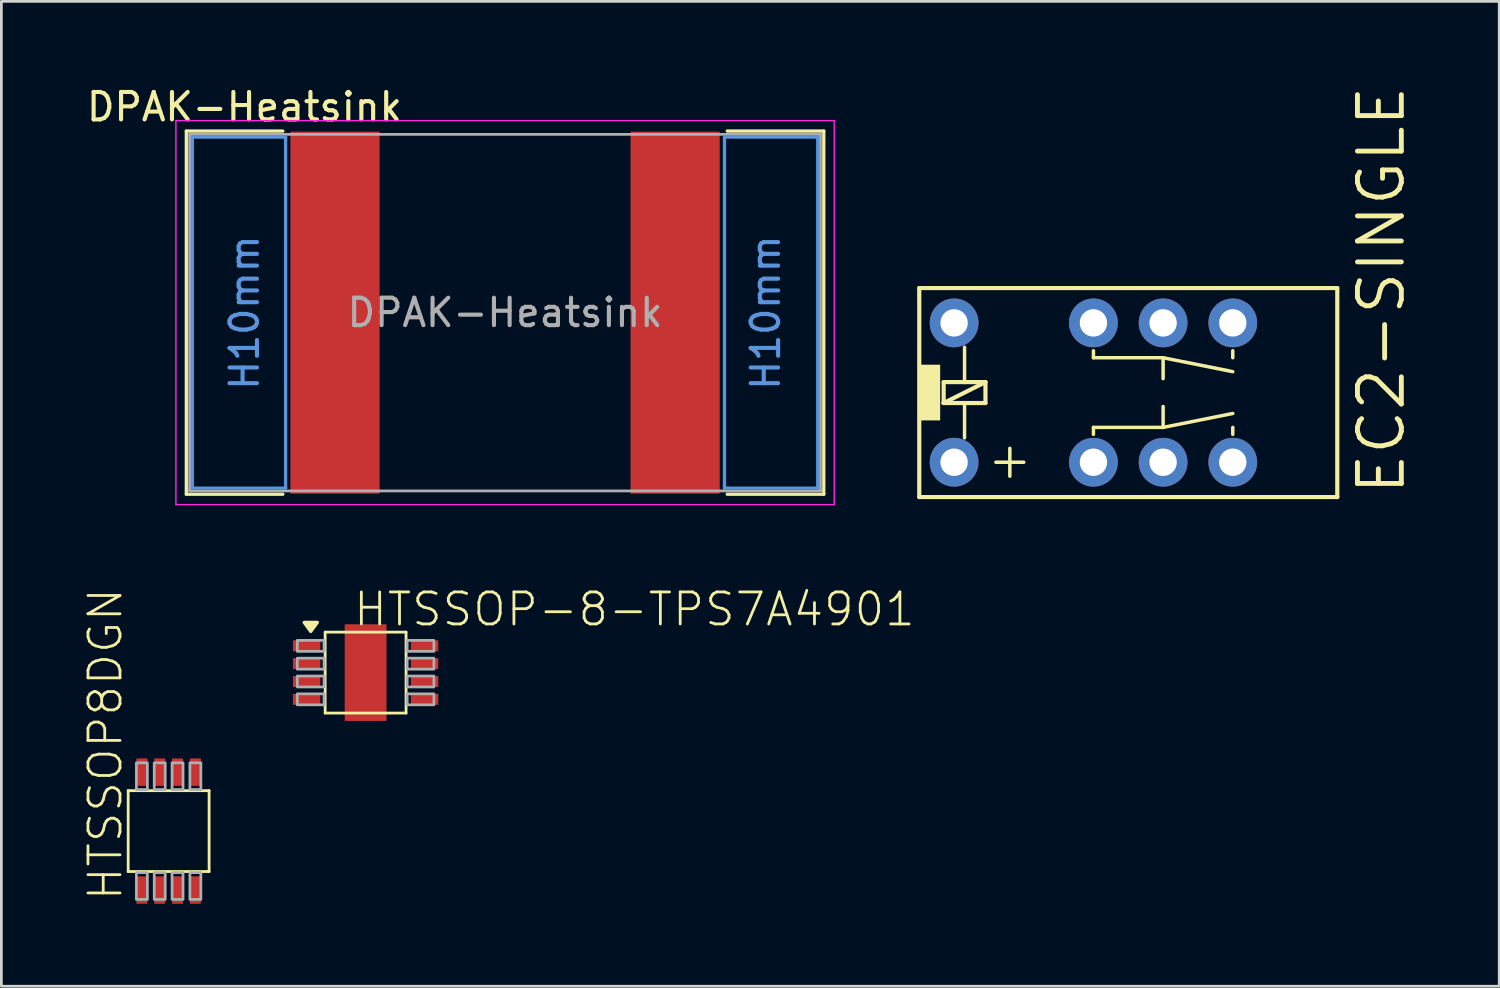
<source format=kicad_pcb>
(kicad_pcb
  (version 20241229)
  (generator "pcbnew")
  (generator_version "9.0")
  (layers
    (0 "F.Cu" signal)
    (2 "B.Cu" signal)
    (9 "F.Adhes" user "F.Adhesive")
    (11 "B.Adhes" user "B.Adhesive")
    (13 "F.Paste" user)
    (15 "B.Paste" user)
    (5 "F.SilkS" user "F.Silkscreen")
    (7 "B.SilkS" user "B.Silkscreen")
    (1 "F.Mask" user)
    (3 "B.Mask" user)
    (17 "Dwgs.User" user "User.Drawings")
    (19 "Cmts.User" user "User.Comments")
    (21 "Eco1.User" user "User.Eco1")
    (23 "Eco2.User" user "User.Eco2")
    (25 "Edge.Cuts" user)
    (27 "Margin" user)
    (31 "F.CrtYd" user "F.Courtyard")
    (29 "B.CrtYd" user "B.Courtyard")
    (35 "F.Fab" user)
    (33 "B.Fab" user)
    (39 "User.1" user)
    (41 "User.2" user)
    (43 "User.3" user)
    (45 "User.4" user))
  (footprint "HTSSOP8DGN"
    (layer "F.Cu")
    (at 3.098 27.25)
    (property "Reference" "HTSSOP8DGN" (at -1.625 2.6 90) (layer "F.SilkS") (effects (font (size 1.168 1.168) (thickness 0.102)) (justify left bottom)))
    (fp_poly (pts (xy -1.5 1) (xy 1.5 1) (xy 1.5 -1) (xy -1.5 -1)) (stroke (width 0) (type default)) (fill yes) (layer "F.Mask"))
    (fp_poly (pts (xy -1.18 2.655) (xy -0.77 2.655) (xy -0.77 1.645) (xy -1.18 1.645)) (stroke (width 0) (type default)) (fill yes) (layer "F.Mask"))
    (fp_poly (pts (xy -0.77 -2.655) (xy -1.18 -2.655) (xy -1.18 -1.645) (xy -0.77 -1.645)) (stroke (width 0) (type default)) (fill yes) (layer "F.Mask"))
    (fp_poly (pts (xy -0.53 2.655) (xy -0.12 2.655) (xy -0.12 1.645) (xy -0.53 1.645)) (stroke (width 0) (type default)) (fill yes) (layer "F.Mask"))
    (fp_poly (pts (xy -0.12 -2.655) (xy -0.53 -2.655) (xy -0.53 -1.645) (xy -0.12 -1.645)) (stroke (width 0) (type default)) (fill yes) (layer "F.Mask"))
    (fp_poly (pts (xy 0.12 2.655) (xy 0.53 2.655) (xy 0.53 1.645) (xy 0.12 1.645)) (stroke (width 0) (type default)) (fill yes) (layer "F.Mask"))
    (fp_poly (pts (xy 0.53 -2.655) (xy 0.12 -2.655) (xy 0.12 -1.645) (xy 0.53 -1.645)) (stroke (width 0) (type default)) (fill yes) (layer "F.Mask"))
    (fp_poly (pts (xy 0.77 2.655) (xy 1.18 2.655) (xy 1.18 1.645) (xy 0.77 1.645)) (stroke (width 0) (type default)) (fill yes) (layer "F.Mask"))
    (fp_poly (pts (xy 1.18 -2.655) (xy 0.77 -2.655) (xy 0.77 -1.645) (xy 1.18 -1.645)) (stroke (width 0) (type default)) (fill yes) (layer "F.Mask"))
    (fp_line (start -1.475 -1.475) (end 1.475 -1.475) (stroke (width 0.102) (type solid)) (layer "F.SilkS"))
    (fp_line (start -1.475 1.475) (end -1.475 -1.475) (stroke (width 0.102) (type solid)) (layer "F.SilkS"))
    (fp_line (start 1.475 -1.475) (end 1.475 1.475) (stroke (width 0.102) (type solid)) (layer "F.SilkS"))
    (fp_line (start 1.475 1.475) (end -1.475 1.475) (stroke (width 0.102) (type solid)) (layer "F.SilkS"))
    (fp_poly (pts (xy -1.165 2.64) (xy -0.785 2.64) (xy -0.785 1.66) (xy -1.165 1.66)) (stroke (width 0) (type default)) (fill yes) (layer "F.Paste"))
    (fp_poly (pts (xy -0.785 -2.64) (xy -1.165 -2.64) (xy -1.165 -1.66) (xy -0.785 -1.66)) (stroke (width 0) (type default)) (fill yes) (layer "F.Paste"))
    (fp_poly (pts (xy -0.515 2.64) (xy -0.135 2.64) (xy -0.135 1.66) (xy -0.515 1.66)) (stroke (width 0) (type default)) (fill yes) (layer "F.Paste"))
    (fp_poly (pts (xy -0.135 -2.64) (xy -0.515 -2.64) (xy -0.515 -1.66) (xy -0.135 -1.66)) (stroke (width 0) (type default)) (fill yes) (layer "F.Paste"))
    (fp_poly (pts (xy 0.135 2.64) (xy 0.515 2.64) (xy 0.515 1.66) (xy 0.135 1.66)) (stroke (width 0) (type default)) (fill yes) (layer "F.Paste"))
    (fp_poly (pts (xy 0.515 -2.64) (xy 0.135 -2.64) (xy 0.135 -1.66) (xy 0.515 -1.66)) (stroke (width 0) (type default)) (fill yes) (layer "F.Paste"))
    (fp_poly (pts (xy 0.785 2.64) (xy 1.165 2.64) (xy 1.165 1.66) (xy 0.785 1.66)) (stroke (width 0) (type default)) (fill yes) (layer "F.Paste"))
    (fp_poly (pts (xy 1.165 -2.64) (xy 0.785 -2.64) (xy 0.785 -1.66) (xy 1.165 -1.66)) (stroke (width 0) (type default)) (fill yes) (layer "F.Paste"))
    (fp_poly (pts (xy -1.175 2.49) (xy -0.775 2.49) (xy -0.775 1.515) (xy -1.175 1.515)) (stroke (width 0.1) (type default)) (fill no) (layer "F.Fab"))
    (fp_poly (pts (xy -0.775 -2.49) (xy -1.175 -2.49) (xy -1.175 -1.515) (xy -0.775 -1.515)) (stroke (width 0.1) (type default)) (fill no) (layer "F.Fab"))
    (fp_poly (pts (xy -0.525 2.49) (xy -0.125 2.49) (xy -0.125 1.515) (xy -0.525 1.515)) (stroke (width 0.1) (type default)) (fill no) (layer "F.Fab"))
    (fp_poly (pts (xy -0.125 -2.49) (xy -0.525 -2.49) (xy -0.525 -1.515) (xy -0.125 -1.515)) (stroke (width 0.1) (type default)) (fill no) (layer "F.Fab"))
    (fp_poly (pts (xy 0.125 2.49) (xy 0.525 2.49) (xy 0.525 1.515) (xy 0.125 1.515)) (stroke (width 0.1) (type default)) (fill no) (layer "F.Fab"))
    (fp_poly (pts (xy 0.525 -2.49) (xy 0.125 -2.49) (xy 0.125 -1.515) (xy 0.525 -1.515)) (stroke (width 0.1) (type default)) (fill no) (layer "F.Fab"))
    (fp_poly (pts (xy 0.775 2.49) (xy 1.175 2.49) (xy 1.175 1.515) (xy 0.775 1.515)) (stroke (width 0.1) (type default)) (fill no) (layer "F.Fab"))
    (fp_poly (pts (xy 1.175 -2.49) (xy 0.775 -2.49) (xy 0.775 -1.515) (xy 1.175 -1.515)) (stroke (width 0.1) (type default)) (fill no) (layer "F.Fab"))
    (pad "1" smd rect (at -0.975 2.15) (size 0.4 1) (layers "F.Cu"))
    (pad "2" smd rect (at -0.325 2.15) (size 0.4 1) (layers "F.Cu"))
    (pad "3" smd rect (at 0.325 2.15) (size 0.4 1) (layers "F.Cu"))
    (pad "4" smd rect (at 0.975 2.15) (size 0.4 1) (layers "F.Cu"))
    (pad "5" smd rect (at 0.975 -2.15 180) (size 0.4 1) (layers "F.Cu"))
    (pad "6" smd rect (at 0.325 -2.15 180) (size 0.4 1) (layers "F.Cu"))
    (pad "7" smd rect (at -0.325 -2.15 180) (size 0.4 1) (layers "F.Cu"))
    (pad "8" smd rect (at -0.975 -2.15 180) (size 0.4 1) (layers "F.Cu")))
  (footprint "HTSSOP-8-TPS7A4901"
    (layer "F.Cu")
    (at 10.279 21.471)
    (property "Reference" "HTSSOP-8-TPS7A4901" (at -0.5 -1.625 0) (layer "F.SilkS") (effects (font (size 1.168 1.168) (thickness 0.102)) (justify left bottom)))
    (fp_rect (start -2.655 -1.18) (end -1.645 -0.77) (stroke (width 0) (type default)) (fill yes) (layer "F.Mask"))
    (fp_rect (start -2.655 -0.53) (end -1.645 -0.12) (stroke (width 0) (type default)) (fill yes) (layer "F.Mask"))
    (fp_rect (start -2.655 0.12) (end -1.645 0.53) (stroke (width 0) (type default)) (fill yes) (layer "F.Mask"))
    (fp_rect (start -2.655 0.77) (end -1.645 1.18) (stroke (width 0) (type default)) (fill yes) (layer "F.Mask"))
    (fp_rect (start 1.645 -1.18) (end 2.655 -0.77) (stroke (width 0) (type default)) (fill yes) (layer "F.Mask"))
    (fp_rect (start 1.645 -0.53) (end 2.655 -0.12) (stroke (width 0) (type default)) (fill yes) (layer "F.Mask"))
    (fp_rect (start 1.645 0.12) (end 2.655 0.53) (stroke (width 0) (type default)) (fill yes) (layer "F.Mask"))
    (fp_rect (start 1.645 0.77) (end 2.655 1.18) (stroke (width 0) (type default)) (fill yes) (layer "F.Mask"))
    (fp_line (start -1.475 -1.475) (end 1.475 -1.475) (stroke (width 0.102) (type solid)) (layer "F.SilkS"))
    (fp_line (start -1.475 1.475) (end -1.475 -1.475) (stroke (width 0.102) (type solid)) (layer "F.SilkS"))
    (fp_line (start 1.475 -1.475) (end 1.475 1.475) (stroke (width 0.102) (type solid)) (layer "F.SilkS"))
    (fp_line (start 1.475 1.475) (end -1.475 1.475) (stroke (width 0.102) (type solid)) (layer "F.SilkS"))
    (fp_poly (pts (xy -2 -1.5) (xy -2.24 -1.83) (xy -1.76 -1.83) (xy -2 -1.5)) (stroke (width 0.12) (type solid)) (fill yes) (layer "F.SilkS"))
    (fp_rect (start -2.64 -1.165) (end -1.66 -0.785) (stroke (width 0) (type default)) (fill yes) (layer "F.Paste"))
    (fp_rect (start -2.64 -0.515) (end -1.66 -0.135) (stroke (width 0) (type default)) (fill yes) (layer "F.Paste"))
    (fp_rect (start -2.64 0.135) (end -1.66 0.515) (stroke (width 0) (type default)) (fill yes) (layer "F.Paste"))
    (fp_rect (start -2.64 0.785) (end -1.66 1.165) (stroke (width 0) (type default)) (fill yes) (layer "F.Paste"))
    (fp_rect (start 1.66 -1.165) (end 2.64 -0.785) (stroke (width 0) (type default)) (fill yes) (layer "F.Paste"))
    (fp_rect (start 1.66 -0.515) (end 2.64 -0.135) (stroke (width 0) (type default)) (fill yes) (layer "F.Paste"))
    (fp_rect (start 1.66 0.135) (end 2.64 0.515) (stroke (width 0) (type default)) (fill yes) (layer "F.Paste"))
    (fp_rect (start 1.66 0.785) (end 2.64 1.165) (stroke (width 0) (type default)) (fill yes) (layer "F.Paste"))
    (fp_rect (start -2.49 -1.175) (end -1.515 -0.775) (stroke (width 0.1) (type default)) (fill no) (layer "F.Fab"))
    (fp_rect (start -2.49 -0.525) (end -1.515 -0.125) (stroke (width 0.1) (type default)) (fill no) (layer "F.Fab"))
    (fp_rect (start -2.49 0.125) (end -1.515 0.525) (stroke (width 0.1) (type default)) (fill no) (layer "F.Fab"))
    (fp_rect (start -2.49 0.775) (end -1.515 1.175) (stroke (width 0.1) (type default)) (fill no) (layer "F.Fab"))
    (fp_rect (start 1.515 -1.175) (end 2.49 -0.775) (stroke (width 0.1) (type default)) (fill no) (layer "F.Fab"))
    (fp_rect (start 1.515 -0.525) (end 2.49 -0.125) (stroke (width 0.1) (type default)) (fill no) (layer "F.Fab"))
    (fp_rect (start 1.515 0.125) (end 2.49 0.525) (stroke (width 0.1) (type default)) (fill no) (layer "F.Fab"))
    (fp_rect (start 1.515 0.775) (end 2.49 1.175) (stroke (width 0.1) (type default)) (fill no) (layer "F.Fab"))
    (pad "1" smd rect (at -2.15 -0.975 270) (size 0.4 1) (layers "F.Cu"))
    (pad "2" smd rect (at -2.15 -0.325 270) (size 0.4 1) (layers "F.Cu"))
    (pad "3" smd rect (at -2.15 0.325 270) (size 0.4 1) (layers "F.Cu"))
    (pad "4" smd rect (at -2.15 0.975 270) (size 0.4 1) (layers "F.Cu"))
    (pad "4" smd rect (at 0 0) (size 1.524 3.524) (layers "*.Mask" "F.Cu"))
    (pad "5" smd rect (at 2.15 0.975 90) (size 0.4 1) (layers "F.Cu"))
    (pad "6" smd rect (at 2.15 0.325 90) (size 0.4 1) (layers "F.Cu"))
    (pad "7" smd rect (at 2.15 -0.325 90) (size 0.4 1) (layers "F.Cu"))
    (pad "8" smd rect (at 2.15 -0.975 90) (size 0.4 1) (layers "F.Cu")))
  (footprint "DPAK-Heatsink"
    (layer "F.Cu")
    (at 15.363 8.348)
    (property "Reference" "DPAK-Heatsink" (at -9.5 -7.5 180) (layer "F.SilkS") (effects (font (size 1 1) (thickness 0.15))))
    (attr smd)
    (fp_line (start -11.62 -6.62) (end -8.1 -6.62) (stroke (width 0.12) (type solid)) (layer "F.SilkS"))
    (fp_line (start -11.62 6.62) (end -11.62 -6.62) (stroke (width 0.12) (type solid)) (layer "F.SilkS"))
    (fp_line (start -11.62 6.62) (end -8.1 6.62) (stroke (width 0.12) (type solid)) (layer "F.SilkS"))
    (fp_line (start 8.1 -6.62) (end 11.62 -6.62) (stroke (width 0.12) (type solid)) (layer "F.SilkS"))
    (fp_line (start 8.1 6.62) (end 11.62 6.62) (stroke (width 0.12) (type solid)) (layer "F.SilkS"))
    (fp_line (start 11.62 -6.62) (end 11.62 6.62) (stroke (width 0.12) (type solid)) (layer "F.SilkS"))
    (fp_line (start -11.4 -6.4) (end -8 -6.4) (stroke (width 0.12) (type solid)) (layer "Cmts.User"))
    (fp_line (start -11.4 6.4) (end -11.4 -6.4) (stroke (width 0.12) (type solid)) (layer "Cmts.User"))
    (fp_line (start -8 -6.4) (end -8 6.4) (stroke (width 0.12) (type solid)) (layer "Cmts.User"))
    (fp_line (start -8 6.4) (end -11.4 6.4) (stroke (width 0.12) (type solid)) (layer "Cmts.User"))
    (fp_line (start 8 6.4) (end 8 -6.4) (stroke (width 0.12) (type solid)) (layer "Cmts.User"))
    (fp_line (start 8 6.4) (end 11.4 6.4) (stroke (width 0.12) (type solid)) (layer "Cmts.User"))
    (fp_line (start 11.4 -6.4) (end 8 -6.4) (stroke (width 0.12) (type solid)) (layer "Cmts.User"))
    (fp_line (start 11.4 6.4) (end 11.4 -6.4) (stroke (width 0.12) (type solid)) (layer "Cmts.User"))
    (fp_line (start -12 -7) (end -12 7) (stroke (width 0.05) (type solid)) (layer "F.CrtYd"))
    (fp_line (start -12 -7) (end 12 -7) (stroke (width 0.05) (type solid)) (layer "F.CrtYd"))
    (fp_line (start 12 7) (end -12 7) (stroke (width 0.05) (type solid)) (layer "F.CrtYd"))
    (fp_line (start 12 7) (end 12 -7) (stroke (width 0.05) (type solid)) (layer "F.CrtYd"))
    (fp_line (start -11.5 -6.5) (end 11.5 -6.5) (stroke (width 0.1) (type solid)) (layer "F.Fab"))
    (fp_line (start -11.5 6.5) (end -11.5 -6.5) (stroke (width 0.1) (type solid)) (layer "F.Fab"))
    (fp_line (start 11.5 -6.5) (end 11.5 6.5) (stroke (width 0.1) (type solid)) (layer "F.Fab"))
    (fp_line (start 11.5 6.5) (end -11.5 6.5) (stroke (width 0.1) (type solid)) (layer "F.Fab"))
    (fp_text user "H10mm" (at 9.5 0 90) (layer "Cmts.User") (effects (font (size 1 1) (thickness 0.15))))
    (fp_text user "H10mm" (at -9.5 0 90) (layer "Cmts.User") (effects (font (size 1 1) (thickness 0.15))))
    (fp_text user "${REFERENCE}" (at 0 0 0) (layer "F.Fab") (effects (font (size 1 1) (thickness 0.15))))
    (pad "1" smd rect (at -6.2 0 180) (size 3.25 13.2) (layers "F.Cu" "F.Mask" "F.Paste"))
    (pad "1" smd rect (at 6.2 0) (size 3.25 13.2) (layers "F.Cu" "F.Mask" "F.Paste")))
  (footprint "EC2-SINGLE"
    (layer "F.Cu")
    (at 38.084 11.262)
    (property "Reference" "EC2-SINGLE" (at 10.16 3.81 90) (layer "F.SilkS") (effects (font (size 1.6 1.6) (thickness 0.178)) (justify left bottom)))
    (fp_line (start -7.62 -3.81) (end -7.62 3.81) (stroke (width 0.152) (type solid)) (layer "F.SilkS"))
    (fp_line (start -7.62 3.81) (end 7.62 3.81) (stroke (width 0.152) (type solid)) (layer "F.SilkS"))
    (fp_line (start -6.731 -0.381) (end -6.731 0.381) (stroke (width 0.152) (type solid)) (layer "F.SilkS"))
    (fp_line (start -6.731 0.381) (end -5.969 0.381) (stroke (width 0.152) (type solid)) (layer "F.SilkS"))
    (fp_line (start -6.731 0.381) (end -5.207 -0.381) (stroke (width 0.152) (type solid)) (layer "F.SilkS"))
    (fp_line (start -5.969 -0.381) (end -6.731 -0.381) (stroke (width 0.152) (type solid)) (layer "F.SilkS"))
    (fp_line (start -5.969 -0.381) (end -5.969 -1.651) (stroke (width 0.127) (type solid)) (layer "F.SilkS"))
    (fp_line (start -5.969 0.381) (end -5.969 1.651) (stroke (width 0.127) (type solid)) (layer "F.SilkS"))
    (fp_line (start -5.969 0.381) (end -5.207 0.381) (stroke (width 0.152) (type solid)) (layer "F.SilkS"))
    (fp_line (start -5.207 -0.381) (end -5.969 -0.381) (stroke (width 0.152) (type solid)) (layer "F.SilkS"))
    (fp_line (start -5.207 0.381) (end -5.207 -0.381) (stroke (width 0.152) (type solid)) (layer "F.SilkS"))
    (fp_line (start -4.826 2.54) (end -3.81 2.54) (stroke (width 0.127) (type solid)) (layer "F.SilkS"))
    (fp_line (start -4.318 2.032) (end -4.318 3.048) (stroke (width 0.127) (type solid)) (layer "F.SilkS"))
    (fp_line (start -1.27 -1.27) (end -1.27 -1.524) (stroke (width 0.127) (type solid)) (layer "F.SilkS"))
    (fp_line (start -1.27 -1.27) (end 1.27 -1.27) (stroke (width 0.127) (type solid)) (layer "F.SilkS"))
    (fp_line (start -1.27 1.27) (end -1.27 1.524) (stroke (width 0.127) (type solid)) (layer "F.SilkS"))
    (fp_line (start -1.27 1.27) (end 1.27 1.27) (stroke (width 0.127) (type solid)) (layer "F.SilkS"))
    (fp_line (start 1.27 -1.27) (end 1.27 -0.508) (stroke (width 0.127) (type solid)) (layer "F.SilkS"))
    (fp_line (start 1.27 -1.27) (end 3.81 -0.762) (stroke (width 0.127) (type solid)) (layer "F.SilkS"))
    (fp_line (start 1.27 1.27) (end 1.27 0.508) (stroke (width 0.127) (type solid)) (layer "F.SilkS"))
    (fp_line (start 1.27 1.27) (end 3.81 0.762) (stroke (width 0.127) (type solid)) (layer "F.SilkS"))
    (fp_line (start 3.81 -1.27) (end 3.81 -1.524) (stroke (width 0.127) (type solid)) (layer "F.SilkS"))
    (fp_line (start 3.81 1.524) (end 3.81 1.27) (stroke (width 0.127) (type solid)) (layer "F.SilkS"))
    (fp_line (start 7.62 -3.81) (end -7.62 -3.81) (stroke (width 0.152) (type solid)) (layer "F.SilkS"))
    (fp_line (start 7.62 3.81) (end 7.62 -3.81) (stroke (width 0.152) (type solid)) (layer "F.SilkS"))
    (fp_poly (pts (xy -7.62 1.016) (xy -6.858 1.016) (xy -6.858 -1.016) (xy -7.62 -1.016)) (stroke (width 0) (type default)) (fill yes) (layer "F.SilkS"))
    (pad "1" thru_hole circle (at -6.35 2.54 90) (size 1.778 1.778) (drill 1) (layers "*.Cu" "*.Mask"))
    (pad "2" thru_hole circle (at -1.27 2.54 90) (size 1.778 1.778) (drill 1) (layers "*.Cu" "*.Mask"))
    (pad "3" thru_hole circle (at 1.27 2.54 90) (size 1.778 1.778) (drill 1) (layers "*.Cu" "*.Mask"))
    (pad "4" thru_hole circle (at 3.81 2.54 90) (size 1.778 1.778) (drill 1) (layers "*.Cu" "*.Mask"))
    (pad "5" thru_hole circle (at 3.81 -2.54 90) (size 1.778 1.778) (drill 1) (layers "*.Cu" "*.Mask"))
    (pad "6" thru_hole circle (at 1.27 -2.54 90) (size 1.778 1.778) (drill 1) (layers "*.Cu" "*.Mask"))
    (pad "7" thru_hole circle (at -1.27 -2.54 90) (size 1.778 1.778) (drill 1) (layers "*.Cu" "*.Mask"))
    (pad "8" thru_hole circle (at -6.35 -2.54 90) (size 1.778 1.778) (drill 1) (layers "*.Cu" "*.Mask")))
  (gr_rect
    (start -3 -3)
    (end 51.607 32.905)
    (stroke (width 0.1) (type default))
    (fill no)
    (layer "Edge.Cuts")))
</source>
